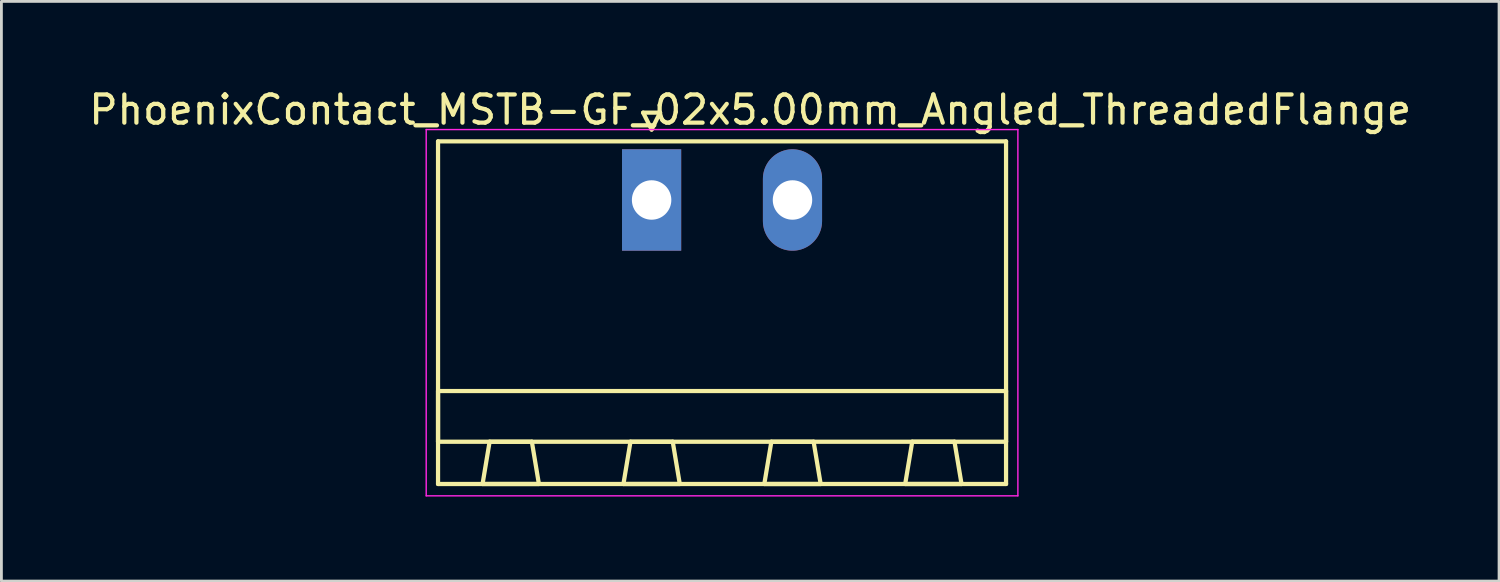
<source format=kicad_pcb>
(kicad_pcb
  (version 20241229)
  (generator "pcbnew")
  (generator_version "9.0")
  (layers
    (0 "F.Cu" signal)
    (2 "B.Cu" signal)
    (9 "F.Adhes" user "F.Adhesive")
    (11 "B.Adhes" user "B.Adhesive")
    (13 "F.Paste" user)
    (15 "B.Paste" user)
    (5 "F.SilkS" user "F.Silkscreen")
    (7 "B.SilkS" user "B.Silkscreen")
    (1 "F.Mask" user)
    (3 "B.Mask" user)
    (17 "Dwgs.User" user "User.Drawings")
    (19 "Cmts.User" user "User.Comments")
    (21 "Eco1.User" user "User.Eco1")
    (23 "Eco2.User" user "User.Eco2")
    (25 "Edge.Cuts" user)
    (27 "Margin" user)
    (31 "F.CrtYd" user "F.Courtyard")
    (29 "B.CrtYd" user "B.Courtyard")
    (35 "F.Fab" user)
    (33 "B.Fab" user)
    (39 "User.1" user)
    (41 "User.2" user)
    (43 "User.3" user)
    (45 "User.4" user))
  (footprint "PhoenixContact_MSTB-GF_02x5.00mm_Angled_ThreadedFlange"
    (layer "F.Cu")
    (at 20.077 4.048)
    (property "Reference" "PhoenixContact_MSTB-GF_02x5.00mm_Angled_ThreadedFlange" (at 3.5 -3.2 0) (layer "F.SilkS") (effects (font (size 1 1) (thickness 0.15))))
    (attr through_hole)
    (fp_line (start -7.58 -2.08) (end -7.58 10.08) (stroke (width 0.15) (type solid)) (layer "F.SilkS"))
    (fp_line (start -7.58 6.78) (end 12.58 6.78) (stroke (width 0.15) (type solid)) (layer "F.SilkS"))
    (fp_line (start -7.58 8.58) (end -7.58 6.78) (stroke (width 0.15) (type solid)) (layer "F.SilkS"))
    (fp_line (start -7.58 10.08) (end 12.58 10.08) (stroke (width 0.15) (type solid)) (layer "F.SilkS"))
    (fp_line (start -6 10.08) (end -4 10.08) (stroke (width 0.15) (type solid)) (layer "F.SilkS"))
    (fp_line (start -5.75 8.58) (end -6 10.08) (stroke (width 0.15) (type solid)) (layer "F.SilkS"))
    (fp_line (start -4.25 8.58) (end -5.75 8.58) (stroke (width 0.15) (type solid)) (layer "F.SilkS"))
    (fp_line (start -4 10.08) (end -4.25 8.58) (stroke (width 0.15) (type solid)) (layer "F.SilkS"))
    (fp_line (start -1 10.08) (end 1 10.08) (stroke (width 0.15) (type solid)) (layer "F.SilkS"))
    (fp_line (start -0.75 8.58) (end -1 10.08) (stroke (width 0.15) (type solid)) (layer "F.SilkS"))
    (fp_line (start -0.3 -3.1) (end 0 -2.5) (stroke (width 0.15) (type solid)) (layer "F.SilkS"))
    (fp_line (start 0 -2.5) (end 0.3 -3.1) (stroke (width 0.15) (type solid)) (layer "F.SilkS"))
    (fp_line (start 0.3 -3.1) (end -0.3 -3.1) (stroke (width 0.15) (type solid)) (layer "F.SilkS"))
    (fp_line (start 0.75 8.58) (end -0.75 8.58) (stroke (width 0.15) (type solid)) (layer "F.SilkS"))
    (fp_line (start 1 10.08) (end 0.75 8.58) (stroke (width 0.15) (type solid)) (layer "F.SilkS"))
    (fp_line (start 4 10.08) (end 6 10.08) (stroke (width 0.15) (type solid)) (layer "F.SilkS"))
    (fp_line (start 4.25 8.58) (end 4 10.08) (stroke (width 0.15) (type solid)) (layer "F.SilkS"))
    (fp_line (start 5.75 8.58) (end 4.25 8.58) (stroke (width 0.15) (type solid)) (layer "F.SilkS"))
    (fp_line (start 6 10.08) (end 5.75 8.58) (stroke (width 0.15) (type solid)) (layer "F.SilkS"))
    (fp_line (start 9 10.08) (end 11 10.08) (stroke (width 0.15) (type solid)) (layer "F.SilkS"))
    (fp_line (start 9.25 8.58) (end 9 10.08) (stroke (width 0.15) (type solid)) (layer "F.SilkS"))
    (fp_line (start 10.75 8.58) (end 9.25 8.58) (stroke (width 0.15) (type solid)) (layer "F.SilkS"))
    (fp_line (start 11 10.08) (end 10.75 8.58) (stroke (width 0.15) (type solid)) (layer "F.SilkS"))
    (fp_line (start 12.58 -2.08) (end -7.58 -2.08) (stroke (width 0.15) (type solid)) (layer "F.SilkS"))
    (fp_line (start 12.58 6.78) (end 12.58 8.58) (stroke (width 0.15) (type solid)) (layer "F.SilkS"))
    (fp_line (start 12.58 8.58) (end -7.58 8.58) (stroke (width 0.15) (type solid)) (layer "F.SilkS"))
    (fp_line (start 12.58 10.08) (end 12.58 -2.08) (stroke (width 0.15) (type solid)) (layer "F.SilkS"))
    (fp_line (start -8 -2.5) (end -8 10.5) (stroke (width 0.05) (type solid)) (layer "F.CrtYd"))
    (fp_line (start -8 10.5) (end 13 10.5) (stroke (width 0.05) (type solid)) (layer "F.CrtYd"))
    (fp_line (start 13 -2.5) (end -8 -2.5) (stroke (width 0.05) (type solid)) (layer "F.CrtYd"))
    (fp_line (start 13 10.5) (end 13 -2.5) (stroke (width 0.05) (type solid)) (layer "F.CrtYd"))
    (pad "1" thru_hole rect (at 0 0) (size 2.1 3.6) (drill 1.4) (layers "*.Cu" "*.Mask"))
    (pad "2" thru_hole oval (at 5 0) (size 2.1 3.6) (drill 1.4) (layers "*.Cu" "*.Mask")))
  (gr_rect
    (start -3 -3)
    (end 50.155 17.573)
    (stroke (width 0.1) (type default))
    (fill no)
    (layer "Edge.Cuts")))
</source>
